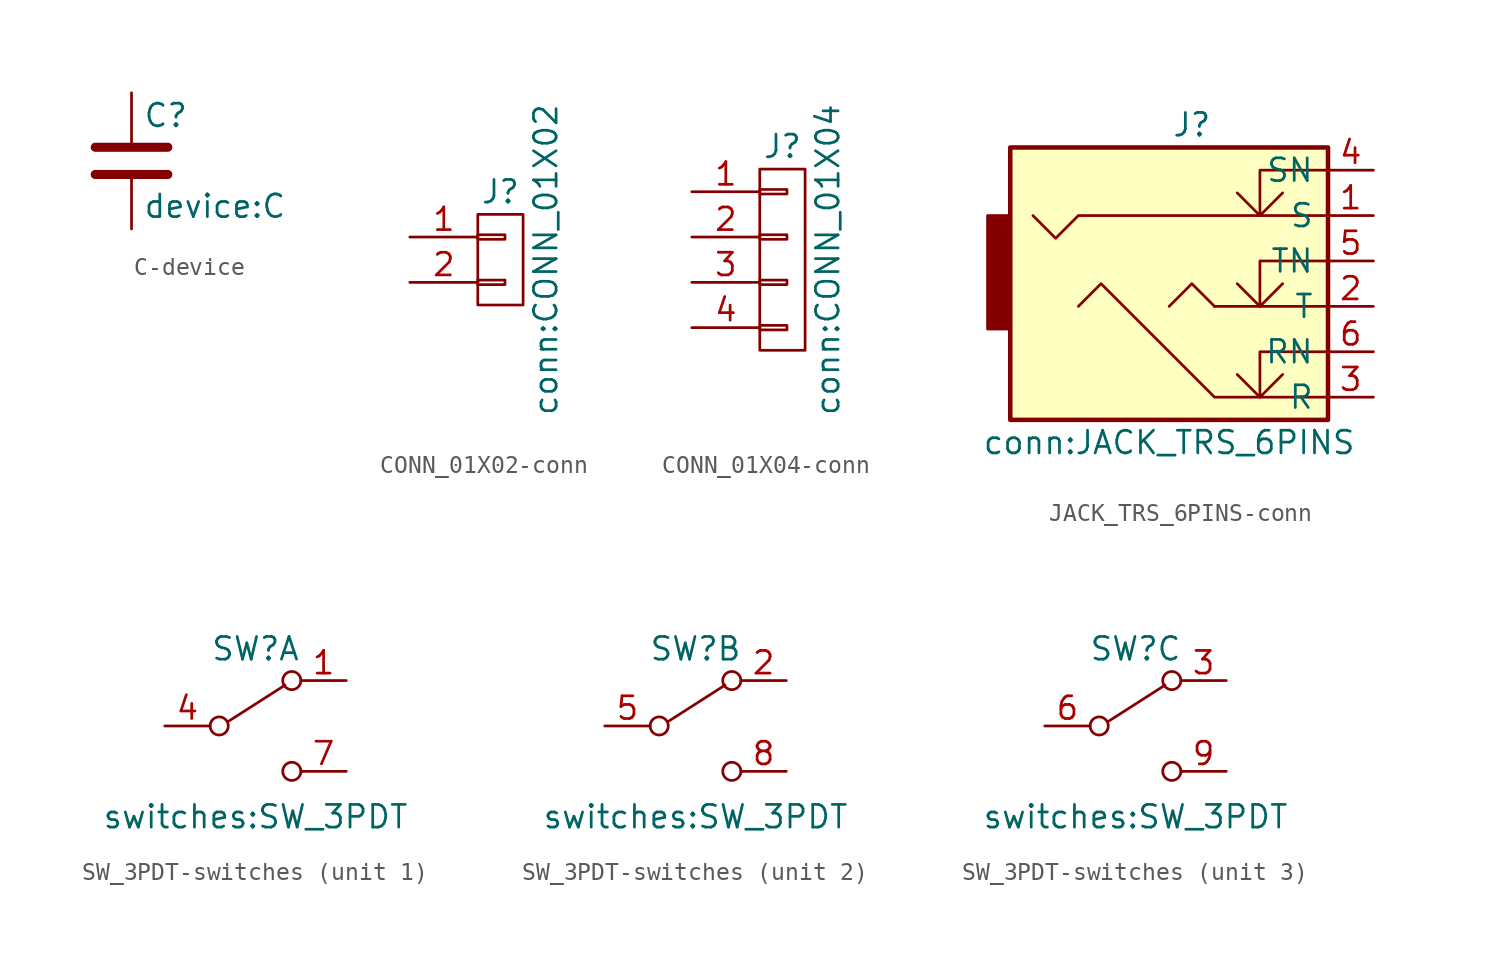
<source format=kicad_sym>
(kicad_symbol_lib
  (version 20220914)
  (generator kicad_symbol_editor)
  (symbol "C-device"
    (pin_numbers hide)
    (pin_names
      (offset 0.254))
    (property "Reference" "C"
      (at 0.635 2.54 0)
      (effects (font (size 1.27 1.27)) (justify left)))
    (property "Value" "device:C"
      (at 0.635 -2.54 0)
      (effects (font (size 1.27 1.27)) (justify left)))
    (symbol "C-device_0_1"
      (polyline (pts (xy -2.032 -0.762) (xy 2.032 -0.762)) (stroke (width 0.508) (type solid)) (fill (type none)))
      (polyline (pts (xy -2.032 0.762) (xy 2.032 0.762)) (stroke (width 0.508) (type solid)) (fill (type none))))
    (symbol "C-device_1_1"
      (pin passive line (at 0 3.81 270) (length 2.794) (name "~" (effects (font (size 1.27 1.27)))) (number "1" (effects (font (size 1.27 1.27)))))
      (pin passive line (at 0 -3.81 90) (length 2.794) (name "~" (effects (font (size 1.27 1.27)))) (number "2" (effects (font (size 1.27 1.27)))))))
  (symbol "CONN_01X02-conn"
    (pin_names
      (offset 1.016) hide)
    (property "Reference" "J"
      (at 0 3.81 0)
      (effects (font (size 1.27 1.27))))
    (property "Value" "conn:CONN_01X02"
      (at 2.54 0 90)
      (effects (font (size 1.27 1.27))))
    (symbol "CONN_01X02-conn_0_1"
      (rectangle (start -1.27 -1.143) (end 0.254 -1.397) (stroke (width 0) (type solid)) (fill (type none)))
      (rectangle (start -1.27 1.397) (end 0.254 1.143) (stroke (width 0) (type solid)) (fill (type none)))
      (rectangle (start -1.27 2.54) (end 1.27 -2.54) (stroke (width 0) (type solid)) (fill (type none))))
    (symbol "CONN_01X02-conn_1_1"
      (pin passive line (at -5.08 1.27 0) (length 3.81) (name "P1" (effects (font (size 1.27 1.27)))) (number "1" (effects (font (size 1.27 1.27)))))
      (pin passive line (at -5.08 -1.27 0) (length 3.81) (name "P2" (effects (font (size 1.27 1.27)))) (number "2" (effects (font (size 1.27 1.27)))))))
  (symbol "CONN_01X04-conn"
    (pin_names
      (offset 1.016) hide)
    (property "Reference" "J"
      (at 0 6.35 0)
      (effects (font (size 1.27 1.27))))
    (property "Value" "conn:CONN_01X04"
      (at 2.54 0 90)
      (effects (font (size 1.27 1.27))))
    (symbol "CONN_01X04-conn_0_1"
      (rectangle (start -1.27 -3.683) (end 0.254 -3.937) (stroke (width 0) (type solid)) (fill (type none)))
      (rectangle (start -1.27 -1.143) (end 0.254 -1.397) (stroke (width 0) (type solid)) (fill (type none)))
      (rectangle (start -1.27 1.397) (end 0.254 1.143) (stroke (width 0) (type solid)) (fill (type none)))
      (rectangle (start -1.27 3.937) (end 0.254 3.683) (stroke (width 0) (type solid)) (fill (type none)))
      (rectangle (start -1.27 5.08) (end 1.27 -5.08) (stroke (width 0) (type solid)) (fill (type none))))
    (symbol "CONN_01X04-conn_1_1"
      (pin passive line (at -5.08 3.81 0) (length 3.81) (name "P1" (effects (font (size 1.27 1.27)))) (number "1" (effects (font (size 1.27 1.27)))))
      (pin passive line (at -5.08 1.27 0) (length 3.81) (name "P2" (effects (font (size 1.27 1.27)))) (number "2" (effects (font (size 1.27 1.27)))))
      (pin passive line (at -5.08 -1.27 0) (length 3.81) (name "P3" (effects (font (size 1.27 1.27)))) (number "3" (effects (font (size 1.27 1.27)))))
      (pin passive line (at -5.08 -3.81 0) (length 3.81) (name "P4" (effects (font (size 1.27 1.27)))) (number "4" (effects (font (size 1.27 1.27)))))))
  (symbol "JACK_TRS_6PINS-conn"
    (pin_names
      (offset 0.762))
    (property "Reference" "J"
      (at 0 10.16 0)
      (effects (font (size 1.27 1.27))))
    (property "Value" "conn:JACK_TRS_6PINS"
      (at -1.27 -7.62 0)
      (effects (font (size 1.27 1.27))))
    (symbol "JACK_TRS_6PINS-conn_0_0"
      (polyline (pts (xy 3.81 -5.08) (xy 3.81 -2.54) (xy 7.62 -2.54)) (stroke (width 0) (type solid)) (fill (type none)))
      (polyline (pts (xy 3.81 0) (xy 3.81 2.54) (xy 7.62 2.54)) (stroke (width 0) (type solid)) (fill (type none)))
      (polyline (pts (xy 3.81 5.08) (xy 3.81 7.62) (xy 7.62 7.62)) (stroke (width 0) (type solid)) (fill (type none)))
      (polyline (pts (xy -8.89 5.08) (xy -7.62 3.81) (xy -6.35 5.08) (xy 7.62 5.08)) (stroke (width 0) (type solid)) (fill (type none)))
      (polyline (pts (xy -6.35 0) (xy -5.08 1.27) (xy 1.27 -5.08) (xy 7.62 -5.08)) (stroke (width 0) (type solid)) (fill (type none))))
    (symbol "JACK_TRS_6PINS-conn_0_1"
      (rectangle (start -11.43 5.08) (end -10.16 -1.27) (stroke (width 0) (type solid)) (fill (type outline)))
      (polyline (pts (xy 1.27 0) (xy 7.62 0)) (stroke (width 0) (type solid)) (fill (type none)))
      (polyline (pts (xy 1.27 0) (xy 0 1.27) (xy -1.27 0) (xy -1.27 0)) (stroke (width 0) (type solid)) (fill (type none)))
      (polyline (pts (xy 2.54 -3.81) (xy 3.81 -5.08) (xy 5.08 -3.81) (xy 5.08 -3.81)) (stroke (width 0) (type solid)) (fill (type none)))
      (polyline (pts (xy 2.54 1.27) (xy 3.81 0) (xy 5.08 1.27) (xy 5.08 1.27)) (stroke (width 0) (type solid)) (fill (type none)))
      (polyline (pts (xy 2.54 6.35) (xy 3.81 5.08) (xy 5.08 6.35) (xy 5.08 6.35)) (stroke (width 0) (type solid)) (fill (type none)))
      (rectangle (start 7.62 -6.35) (end -10.16 8.89) (stroke (width 0.254) (type solid)) (fill (type background))))
    (symbol "JACK_TRS_6PINS-conn_1_1"
      (pin passive line (at 10.16 5.08 180) (length 2.54) (name "S" (effects (font (size 1.27 1.27)))) (number "1" (effects (font (size 1.27 1.27)))))
      (pin passive line (at 10.16 0 180) (length 2.54) (name "T" (effects (font (size 1.27 1.27)))) (number "2" (effects (font (size 1.27 1.27)))))
      (pin passive line (at 10.16 -5.08 180) (length 2.54) (name "R" (effects (font (size 1.27 1.27)))) (number "3" (effects (font (size 1.27 1.27)))))
      (pin passive line (at 10.16 7.62 180) (length 2.54) (name "SN" (effects (font (size 1.27 1.27)))) (number "4" (effects (font (size 1.27 1.27)))))
      (pin passive line (at 10.16 2.54 180) (length 2.54) (name "TN" (effects (font (size 1.27 1.27)))) (number "5" (effects (font (size 1.27 1.27)))))
      (pin passive line (at 10.16 -2.54 180) (length 2.54) (name "RN" (effects (font (size 1.27 1.27)))) (number "6" (effects (font (size 1.27 1.27)))))))
  (symbol "SW_3PDT-switches"
    (pin_names
      (offset 0) hide)
    (property "Reference" "SW"
      (at 0 4.318 0)
      (effects (font (size 1.27 1.27))))
    (property "Value" "switches:SW_3PDT"
      (at 0 -5.08 0)
      (effects (font (size 1.27 1.27))))
    (symbol "SW_3PDT-switches_0_0"
      (circle (center -2.032 0) (radius 0.508) (stroke (width 0) (type solid)) (fill (type none)))
      (circle (center 2.032 -2.54) (radius 0.508) (stroke (width 0) (type solid)) (fill (type none))))
    (symbol "SW_3PDT-switches_0_1"
      (polyline (pts (xy -1.524 0.254) (xy 1.651 2.286)) (stroke (width 0) (type solid)) (fill (type none)))
      (circle (center 2.032 2.54) (radius 0.508) (stroke (width 0) (type solid)) (fill (type none))))
    (symbol "SW_3PDT-switches_1_1"
      (pin passive line (at 5.08 2.54 180) (length 2.54) (name "A" (effects (font (size 1.27 1.27)))) (number "1" (effects (font (size 1.27 1.27)))))
      (pin passive line (at -5.08 0 0) (length 2.54) (name "B" (effects (font (size 1.27 1.27)))) (number "4" (effects (font (size 1.27 1.27)))))
      (pin passive line (at 5.08 -2.54 180) (length 2.54) (name "C" (effects (font (size 1.27 1.27)))) (number "7" (effects (font (size 1.27 1.27))))))
    (symbol "SW_3PDT-switches_2_1"
      (pin passive line (at 5.08 2.54 180) (length 2.54) (name "A" (effects (font (size 1.27 1.27)))) (number "2" (effects (font (size 1.27 1.27)))))
      (pin passive line (at -5.08 0 0) (length 2.54) (name "B" (effects (font (size 1.27 1.27)))) (number "5" (effects (font (size 1.27 1.27)))))
      (pin passive line (at 5.08 -2.54 180) (length 2.54) (name "C" (effects (font (size 1.27 1.27)))) (number "8" (effects (font (size 1.27 1.27))))))
    (symbol "SW_3PDT-switches_3_1"
      (pin passive line (at 5.08 2.54 180) (length 2.54) (name "A" (effects (font (size 1.27 1.27)))) (number "3" (effects (font (size 1.27 1.27)))))
      (pin passive line (at -5.08 0 0) (length 2.54) (name "B" (effects (font (size 1.27 1.27)))) (number "6" (effects (font (size 1.27 1.27)))))
      (pin passive line (at 5.08 -2.54 180) (length 2.54) (name "C" (effects (font (size 1.27 1.27)))) (number "9" (effects (font (size 1.27 1.27))))))))
</source>
